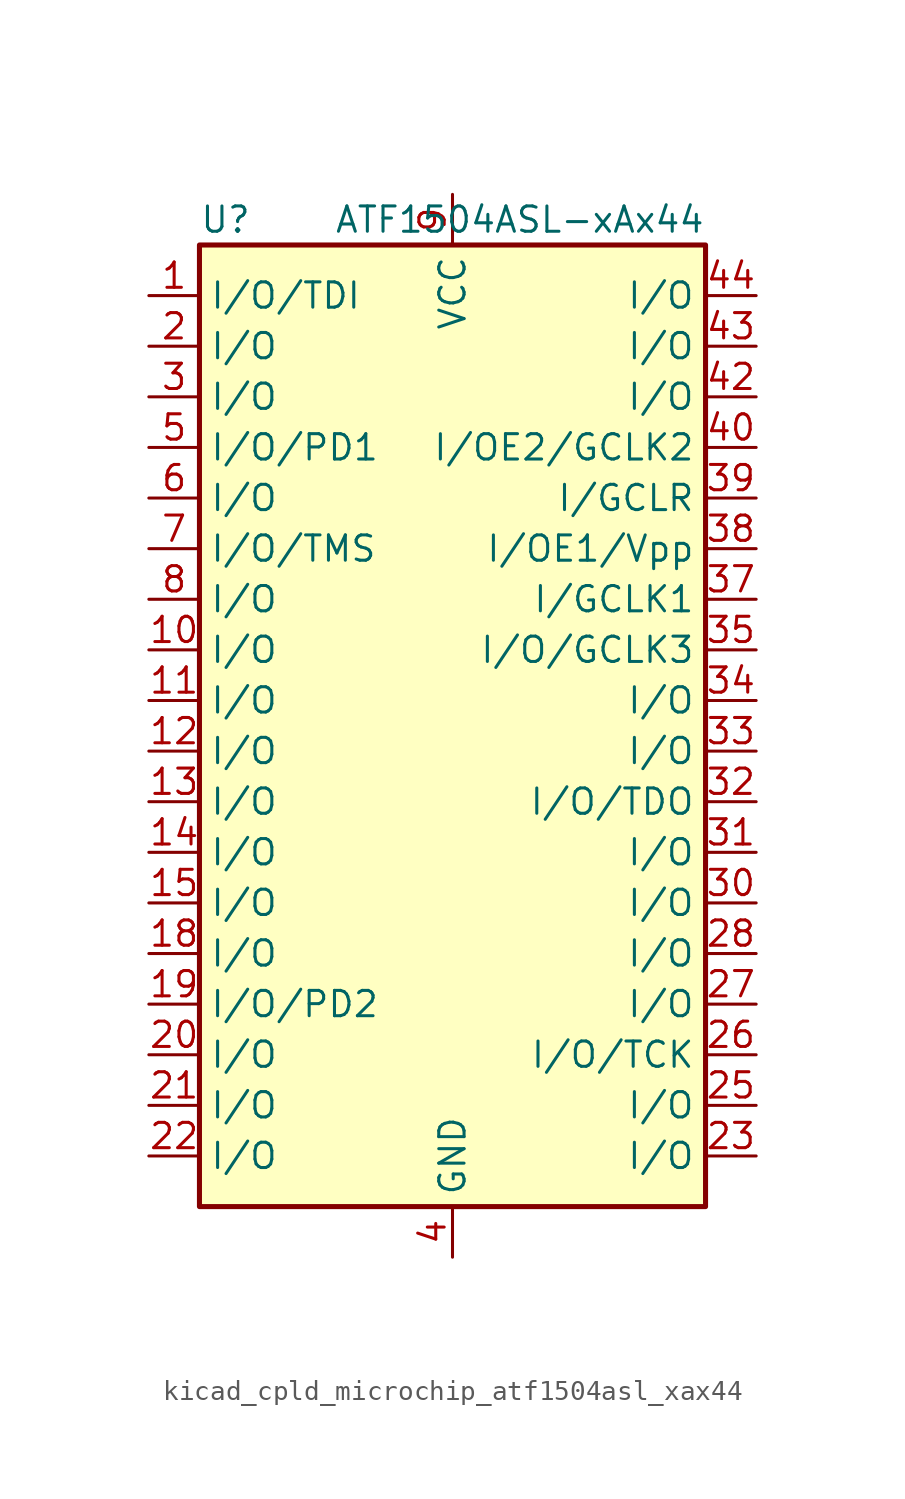
<source format=kicad_sym>
(kicad_symbol_lib
  (version 20220914)
  (generator kicad_symbol_editor)
  (symbol "kicad_cpld_microchip_atf1504asl_xax44"
    (property "Reference" "U"
      (at -12.7 24.13 0)
      (effects (font (size 1.27 1.27)) (justify left)))
    (property "Value" "ATF1504ASL-xAx44"
      (at 12.7 24.13 0)
      (effects (font (size 1.27 1.27)) (justify right)))
    (symbol "kicad_cpld_microchip_atf1504asl_xax44_0_1"
      (rectangle (start -12.7 22.86) (end 12.7 -25.4) (stroke (width 0.254) (type default)) (fill (type background))))
    (symbol "kicad_cpld_microchip_atf1504asl_xax44_1_1"
      (pin bidirectional line (at -15.24 20.32 0) (length 2.54) (name "I/O/TDI" (effects (font (size 1.27 1.27)))) (number "1" (effects (font (size 1.27 1.27)))))
      (pin bidirectional line (at -15.24 2.54 0) (length 2.54) (name "I/O" (effects (font (size 1.27 1.27)))) (number "10" (effects (font (size 1.27 1.27)))))
      (pin bidirectional line (at -15.24 0 0) (length 2.54) (name "I/O" (effects (font (size 1.27 1.27)))) (number "11" (effects (font (size 1.27 1.27)))))
      (pin bidirectional line (at -15.24 -2.54 0) (length 2.54) (name "I/O" (effects (font (size 1.27 1.27)))) (number "12" (effects (font (size 1.27 1.27)))))
      (pin bidirectional line (at -15.24 -5.08 0) (length 2.54) (name "I/O" (effects (font (size 1.27 1.27)))) (number "13" (effects (font (size 1.27 1.27)))))
      (pin bidirectional line (at -15.24 -7.62 0) (length 2.54) (name "I/O" (effects (font (size 1.27 1.27)))) (number "14" (effects (font (size 1.27 1.27)))))
      (pin bidirectional line (at -15.24 -10.16 0) (length 2.54) (name "I/O" (effects (font (size 1.27 1.27)))) (number "15" (effects (font (size 1.27 1.27)))))
      (pin passive line (at 0 -27.94 90) (length 2.54) hide (name "GND" (effects (font (size 1.27 1.27)))) (number "16" (effects (font (size 1.27 1.27)))))
      (pin passive line (at 0 25.4 270) (length 2.54) hide (name "VCC" (effects (font (size 1.27 1.27)))) (number "17" (effects (font (size 1.27 1.27)))))
      (pin bidirectional line (at -15.24 -12.7 0) (length 2.54) (name "I/O" (effects (font (size 1.27 1.27)))) (number "18" (effects (font (size 1.27 1.27)))))
      (pin bidirectional line (at -15.24 -15.24 0) (length 2.54) (name "I/O/PD2" (effects (font (size 1.27 1.27)))) (number "19" (effects (font (size 1.27 1.27)))))
      (pin bidirectional line (at -15.24 17.78 0) (length 2.54) (name "I/O" (effects (font (size 1.27 1.27)))) (number "2" (effects (font (size 1.27 1.27)))))
      (pin bidirectional line (at -15.24 -17.78 0) (length 2.54) (name "I/O" (effects (font (size 1.27 1.27)))) (number "20" (effects (font (size 1.27 1.27)))))
      (pin bidirectional line (at -15.24 -20.32 0) (length 2.54) (name "I/O" (effects (font (size 1.27 1.27)))) (number "21" (effects (font (size 1.27 1.27)))))
      (pin bidirectional line (at -15.24 -22.86 0) (length 2.54) (name "I/O" (effects (font (size 1.27 1.27)))) (number "22" (effects (font (size 1.27 1.27)))))
      (pin bidirectional line (at 15.24 -22.86 180) (length 2.54) (name "I/O" (effects (font (size 1.27 1.27)))) (number "23" (effects (font (size 1.27 1.27)))))
      (pin passive line (at 0 -27.94 90) (length 2.54) hide (name "GND" (effects (font (size 1.27 1.27)))) (number "24" (effects (font (size 1.27 1.27)))))
      (pin bidirectional line (at 15.24 -20.32 180) (length 2.54) (name "I/O" (effects (font (size 1.27 1.27)))) (number "25" (effects (font (size 1.27 1.27)))))
      (pin bidirectional line (at 15.24 -17.78 180) (length 2.54) (name "I/O/TCK" (effects (font (size 1.27 1.27)))) (number "26" (effects (font (size 1.27 1.27)))))
      (pin bidirectional line (at 15.24 -15.24 180) (length 2.54) (name "I/O" (effects (font (size 1.27 1.27)))) (number "27" (effects (font (size 1.27 1.27)))))
      (pin bidirectional line (at 15.24 -12.7 180) (length 2.54) (name "I/O" (effects (font (size 1.27 1.27)))) (number "28" (effects (font (size 1.27 1.27)))))
      (pin passive line (at 0 25.4 270) (length 2.54) hide (name "VCC" (effects (font (size 1.27 1.27)))) (number "29" (effects (font (size 1.27 1.27)))))
      (pin bidirectional line (at -15.24 15.24 0) (length 2.54) (name "I/O" (effects (font (size 1.27 1.27)))) (number "3" (effects (font (size 1.27 1.27)))))
      (pin bidirectional line (at 15.24 -10.16 180) (length 2.54) (name "I/O" (effects (font (size 1.27 1.27)))) (number "30" (effects (font (size 1.27 1.27)))))
      (pin bidirectional line (at 15.24 -7.62 180) (length 2.54) (name "I/O" (effects (font (size 1.27 1.27)))) (number "31" (effects (font (size 1.27 1.27)))))
      (pin bidirectional line (at 15.24 -5.08 180) (length 2.54) (name "I/O/TDO" (effects (font (size 1.27 1.27)))) (number "32" (effects (font (size 1.27 1.27)))))
      (pin bidirectional line (at 15.24 -2.54 180) (length 2.54) (name "I/O" (effects (font (size 1.27 1.27)))) (number "33" (effects (font (size 1.27 1.27)))))
      (pin bidirectional line (at 15.24 0 180) (length 2.54) (name "I/O" (effects (font (size 1.27 1.27)))) (number "34" (effects (font (size 1.27 1.27)))))
      (pin bidirectional line (at 15.24 2.54 180) (length 2.54) (name "I/O/GCLK3" (effects (font (size 1.27 1.27)))) (number "35" (effects (font (size 1.27 1.27)))))
      (pin passive line (at 0 -27.94 90) (length 2.54) hide (name "GND" (effects (font (size 1.27 1.27)))) (number "36" (effects (font (size 1.27 1.27)))))
      (pin input line (at 15.24 5.08 180) (length 2.54) (name "I/GCLK1" (effects (font (size 1.27 1.27)))) (number "37" (effects (font (size 1.27 1.27)))))
      (pin input line (at 15.24 7.62 180) (length 2.54) (name "I/OE1/Vpp" (effects (font (size 1.27 1.27)))) (number "38" (effects (font (size 1.27 1.27)))))
      (pin input line (at 15.24 10.16 180) (length 2.54) (name "I/GCLR" (effects (font (size 1.27 1.27)))) (number "39" (effects (font (size 1.27 1.27)))))
      (pin power_in line (at 0 -27.94 90) (length 2.54) (name "GND" (effects (font (size 1.27 1.27)))) (number "4" (effects (font (size 1.27 1.27)))))
      (pin input line (at 15.24 12.7 180) (length 2.54) (name "I/OE2/GCLK2" (effects (font (size 1.27 1.27)))) (number "40" (effects (font (size 1.27 1.27)))))
      (pin passive line (at 0 25.4 270) (length 2.54) hide (name "VCC" (effects (font (size 1.27 1.27)))) (number "41" (effects (font (size 1.27 1.27)))))
      (pin bidirectional line (at 15.24 15.24 180) (length 2.54) (name "I/O" (effects (font (size 1.27 1.27)))) (number "42" (effects (font (size 1.27 1.27)))))
      (pin bidirectional line (at 15.24 17.78 180) (length 2.54) (name "I/O" (effects (font (size 1.27 1.27)))) (number "43" (effects (font (size 1.27 1.27)))))
      (pin bidirectional line (at 15.24 20.32 180) (length 2.54) (name "I/O" (effects (font (size 1.27 1.27)))) (number "44" (effects (font (size 1.27 1.27)))))
      (pin bidirectional line (at -15.24 12.7 0) (length 2.54) (name "I/O/PD1" (effects (font (size 1.27 1.27)))) (number "5" (effects (font (size 1.27 1.27)))))
      (pin bidirectional line (at -15.24 10.16 0) (length 2.54) (name "I/O" (effects (font (size 1.27 1.27)))) (number "6" (effects (font (size 1.27 1.27)))))
      (pin bidirectional line (at -15.24 7.62 0) (length 2.54) (name "I/O/TMS" (effects (font (size 1.27 1.27)))) (number "7" (effects (font (size 1.27 1.27)))))
      (pin bidirectional line (at -15.24 5.08 0) (length 2.54) (name "I/O" (effects (font (size 1.27 1.27)))) (number "8" (effects (font (size 1.27 1.27)))))
      (pin power_in line (at 0 25.4 270) (length 2.54) (name "VCC" (effects (font (size 1.27 1.27)))) (number "9" (effects (font (size 1.27 1.27))))))))
</source>
